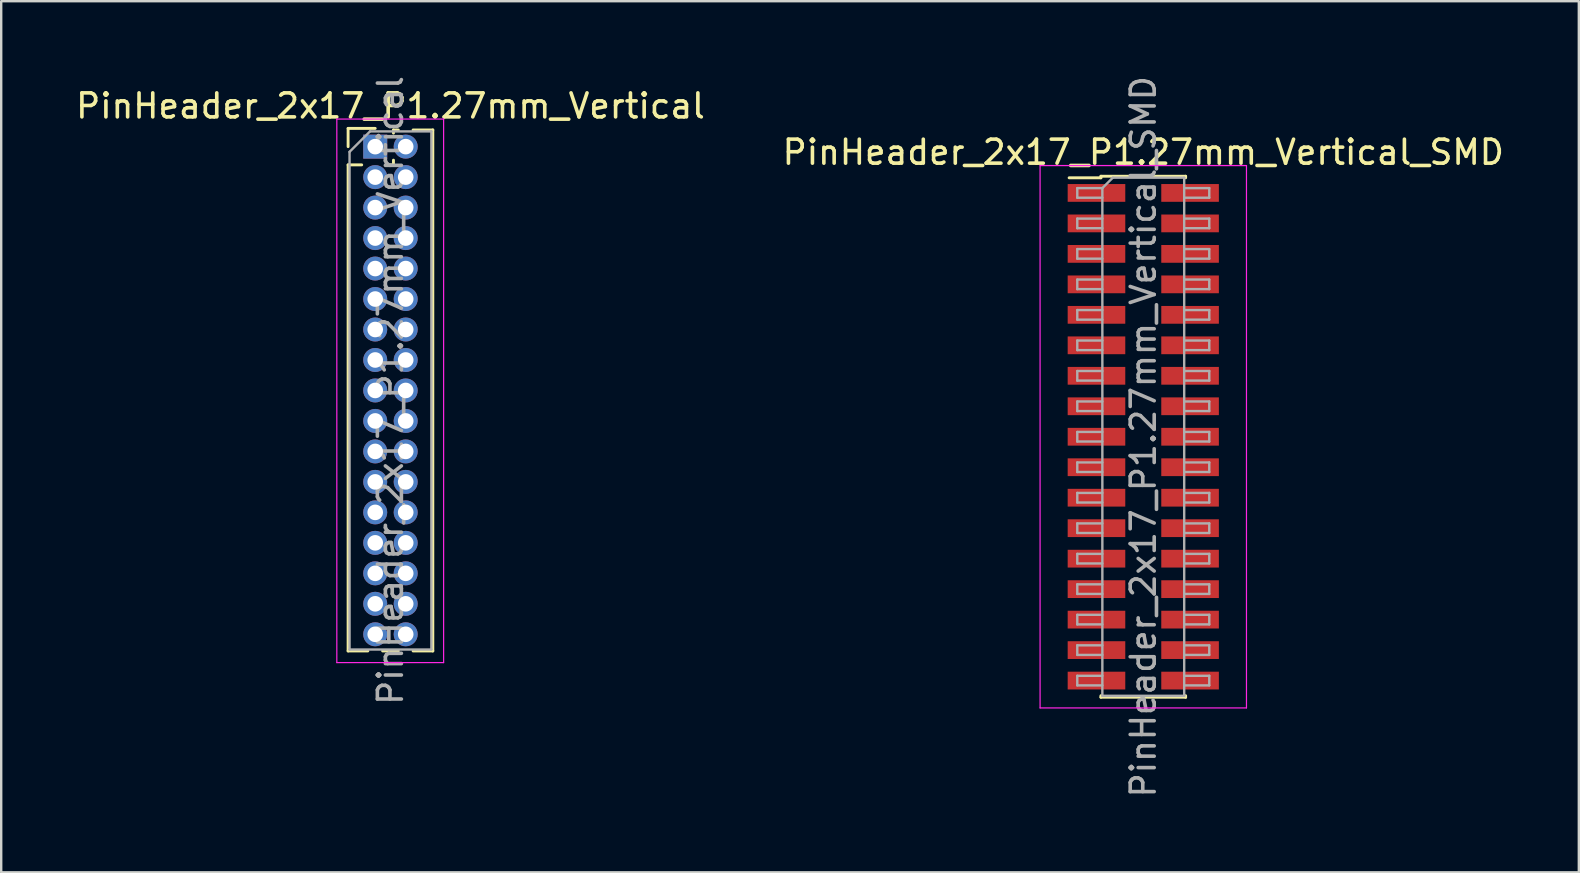
<source format=kicad_pcb>
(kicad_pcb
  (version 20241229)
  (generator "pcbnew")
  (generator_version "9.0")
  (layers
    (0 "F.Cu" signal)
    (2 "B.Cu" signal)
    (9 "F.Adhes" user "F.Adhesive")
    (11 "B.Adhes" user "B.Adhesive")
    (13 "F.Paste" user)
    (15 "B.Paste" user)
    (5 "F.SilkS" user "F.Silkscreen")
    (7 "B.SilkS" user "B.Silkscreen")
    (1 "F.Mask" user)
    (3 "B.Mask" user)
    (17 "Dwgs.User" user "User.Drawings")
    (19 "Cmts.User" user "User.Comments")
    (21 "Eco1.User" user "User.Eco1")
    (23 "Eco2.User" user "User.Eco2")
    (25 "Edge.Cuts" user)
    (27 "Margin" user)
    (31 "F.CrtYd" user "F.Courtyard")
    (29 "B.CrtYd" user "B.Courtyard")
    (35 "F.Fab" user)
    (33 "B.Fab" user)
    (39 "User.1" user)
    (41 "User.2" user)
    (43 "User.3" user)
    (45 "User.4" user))
  (footprint "PinHeader_2x17_P1.27mm_Vertical_SMD"
    (layer "F.Cu")
    (at 44.589 15.149)
    (property "Reference" "PinHeader_2x17_P1.27mm_Vertical_SMD" (at 0 -11.855 0) (layer "F.SilkS") (effects (font (size 1 1) (thickness 0.15))))
    (attr smd)
    (fp_line (start -3.09 -10.79) (end -1.765 -10.79) (stroke (width 0.12) (type solid)) (layer "F.SilkS"))
    (fp_line (start -1.765 -10.855) (end -1.765 -10.79) (stroke (width 0.12) (type solid)) (layer "F.SilkS"))
    (fp_line (start -1.765 -10.855) (end 1.765 -10.855) (stroke (width 0.12) (type solid)) (layer "F.SilkS"))
    (fp_line (start -1.765 10.79) (end -1.765 10.855) (stroke (width 0.12) (type solid)) (layer "F.SilkS"))
    (fp_line (start -1.765 10.855) (end 1.765 10.855) (stroke (width 0.12) (type solid)) (layer "F.SilkS"))
    (fp_line (start 1.765 -10.855) (end 1.765 -10.79) (stroke (width 0.12) (type solid)) (layer "F.SilkS"))
    (fp_line (start 1.765 10.79) (end 1.765 10.855) (stroke (width 0.12) (type solid)) (layer "F.SilkS"))
    (fp_line (start -4.3 -11.3) (end -4.3 11.3) (stroke (width 0.05) (type solid)) (layer "F.CrtYd"))
    (fp_line (start -4.3 11.3) (end 4.3 11.3) (stroke (width 0.05) (type solid)) (layer "F.CrtYd"))
    (fp_line (start 4.3 -11.3) (end -4.3 -11.3) (stroke (width 0.05) (type solid)) (layer "F.CrtYd"))
    (fp_line (start 4.3 11.3) (end 4.3 -11.3) (stroke (width 0.05) (type solid)) (layer "F.CrtYd"))
    (fp_line (start -2.75 -10.36) (end -2.75 -9.96) (stroke (width 0.1) (type solid)) (layer "F.Fab"))
    (fp_line (start -2.75 -9.96) (end -1.705 -9.96) (stroke (width 0.1) (type solid)) (layer "F.Fab"))
    (fp_line (start -2.75 -9.09) (end -2.75 -8.69) (stroke (width 0.1) (type solid)) (layer "F.Fab"))
    (fp_line (start -2.75 -8.69) (end -1.705 -8.69) (stroke (width 0.1) (type solid)) (layer "F.Fab"))
    (fp_line (start -2.75 -7.82) (end -2.75 -7.42) (stroke (width 0.1) (type solid)) (layer "F.Fab"))
    (fp_line (start -2.75 -7.42) (end -1.705 -7.42) (stroke (width 0.1) (type solid)) (layer "F.Fab"))
    (fp_line (start -2.75 -6.55) (end -2.75 -6.15) (stroke (width 0.1) (type solid)) (layer "F.Fab"))
    (fp_line (start -2.75 -6.15) (end -1.705 -6.15) (stroke (width 0.1) (type solid)) (layer "F.Fab"))
    (fp_line (start -2.75 -5.28) (end -2.75 -4.88) (stroke (width 0.1) (type solid)) (layer "F.Fab"))
    (fp_line (start -2.75 -4.88) (end -1.705 -4.88) (stroke (width 0.1) (type solid)) (layer "F.Fab"))
    (fp_line (start -2.75 -4.01) (end -2.75 -3.61) (stroke (width 0.1) (type solid)) (layer "F.Fab"))
    (fp_line (start -2.75 -3.61) (end -1.705 -3.61) (stroke (width 0.1) (type solid)) (layer "F.Fab"))
    (fp_line (start -2.75 -2.74) (end -2.75 -2.34) (stroke (width 0.1) (type solid)) (layer "F.Fab"))
    (fp_line (start -2.75 -2.34) (end -1.705 -2.34) (stroke (width 0.1) (type solid)) (layer "F.Fab"))
    (fp_line (start -2.75 -1.47) (end -2.75 -1.07) (stroke (width 0.1) (type solid)) (layer "F.Fab"))
    (fp_line (start -2.75 -1.07) (end -1.705 -1.07) (stroke (width 0.1) (type solid)) (layer "F.Fab"))
    (fp_line (start -2.75 -0.2) (end -2.75 0.2) (stroke (width 0.1) (type solid)) (layer "F.Fab"))
    (fp_line (start -2.75 0.2) (end -1.705 0.2) (stroke (width 0.1) (type solid)) (layer "F.Fab"))
    (fp_line (start -2.75 1.07) (end -2.75 1.47) (stroke (width 0.1) (type solid)) (layer "F.Fab"))
    (fp_line (start -2.75 1.47) (end -1.705 1.47) (stroke (width 0.1) (type solid)) (layer "F.Fab"))
    (fp_line (start -2.75 2.34) (end -2.75 2.74) (stroke (width 0.1) (type solid)) (layer "F.Fab"))
    (fp_line (start -2.75 2.74) (end -1.705 2.74) (stroke (width 0.1) (type solid)) (layer "F.Fab"))
    (fp_line (start -2.75 3.61) (end -2.75 4.01) (stroke (width 0.1) (type solid)) (layer "F.Fab"))
    (fp_line (start -2.75 4.01) (end -1.705 4.01) (stroke (width 0.1) (type solid)) (layer "F.Fab"))
    (fp_line (start -2.75 4.88) (end -2.75 5.28) (stroke (width 0.1) (type solid)) (layer "F.Fab"))
    (fp_line (start -2.75 5.28) (end -1.705 5.28) (stroke (width 0.1) (type solid)) (layer "F.Fab"))
    (fp_line (start -2.75 6.15) (end -2.75 6.55) (stroke (width 0.1) (type solid)) (layer "F.Fab"))
    (fp_line (start -2.75 6.55) (end -1.705 6.55) (stroke (width 0.1) (type solid)) (layer "F.Fab"))
    (fp_line (start -2.75 7.42) (end -2.75 7.82) (stroke (width 0.1) (type solid)) (layer "F.Fab"))
    (fp_line (start -2.75 7.82) (end -1.705 7.82) (stroke (width 0.1) (type solid)) (layer "F.Fab"))
    (fp_line (start -2.75 8.69) (end -2.75 9.09) (stroke (width 0.1) (type solid)) (layer "F.Fab"))
    (fp_line (start -2.75 9.09) (end -1.705 9.09) (stroke (width 0.1) (type solid)) (layer "F.Fab"))
    (fp_line (start -2.75 9.96) (end -2.75 10.36) (stroke (width 0.1) (type solid)) (layer "F.Fab"))
    (fp_line (start -2.75 10.36) (end -1.705 10.36) (stroke (width 0.1) (type solid)) (layer "F.Fab"))
    (fp_line (start -1.705 -10.36) (end -2.75 -10.36) (stroke (width 0.1) (type solid)) (layer "F.Fab"))
    (fp_line (start -1.705 -10.36) (end -1.27 -10.795) (stroke (width 0.1) (type solid)) (layer "F.Fab"))
    (fp_line (start -1.705 -9.09) (end -2.75 -9.09) (stroke (width 0.1) (type solid)) (layer "F.Fab"))
    (fp_line (start -1.705 -7.82) (end -2.75 -7.82) (stroke (width 0.1) (type solid)) (layer "F.Fab"))
    (fp_line (start -1.705 -6.55) (end -2.75 -6.55) (stroke (width 0.1) (type solid)) (layer "F.Fab"))
    (fp_line (start -1.705 -5.28) (end -2.75 -5.28) (stroke (width 0.1) (type solid)) (layer "F.Fab"))
    (fp_line (start -1.705 -4.01) (end -2.75 -4.01) (stroke (width 0.1) (type solid)) (layer "F.Fab"))
    (fp_line (start -1.705 -2.74) (end -2.75 -2.74) (stroke (width 0.1) (type solid)) (layer "F.Fab"))
    (fp_line (start -1.705 -1.47) (end -2.75 -1.47) (stroke (width 0.1) (type solid)) (layer "F.Fab"))
    (fp_line (start -1.705 -0.2) (end -2.75 -0.2) (stroke (width 0.1) (type solid)) (layer "F.Fab"))
    (fp_line (start -1.705 1.07) (end -2.75 1.07) (stroke (width 0.1) (type solid)) (layer "F.Fab"))
    (fp_line (start -1.705 2.34) (end -2.75 2.34) (stroke (width 0.1) (type solid)) (layer "F.Fab"))
    (fp_line (start -1.705 3.61) (end -2.75 3.61) (stroke (width 0.1) (type solid)) (layer "F.Fab"))
    (fp_line (start -1.705 4.88) (end -2.75 4.88) (stroke (width 0.1) (type solid)) (layer "F.Fab"))
    (fp_line (start -1.705 6.15) (end -2.75 6.15) (stroke (width 0.1) (type solid)) (layer "F.Fab"))
    (fp_line (start -1.705 7.42) (end -2.75 7.42) (stroke (width 0.1) (type solid)) (layer "F.Fab"))
    (fp_line (start -1.705 8.69) (end -2.75 8.69) (stroke (width 0.1) (type solid)) (layer "F.Fab"))
    (fp_line (start -1.705 9.96) (end -2.75 9.96) (stroke (width 0.1) (type solid)) (layer "F.Fab"))
    (fp_line (start -1.705 10.795) (end -1.705 -10.36) (stroke (width 0.1) (type solid)) (layer "F.Fab"))
    (fp_line (start -1.27 -10.795) (end 1.705 -10.795) (stroke (width 0.1) (type solid)) (layer "F.Fab"))
    (fp_line (start 1.705 -10.795) (end 1.705 10.795) (stroke (width 0.1) (type solid)) (layer "F.Fab"))
    (fp_line (start 1.705 -10.36) (end 2.75 -10.36) (stroke (width 0.1) (type solid)) (layer "F.Fab"))
    (fp_line (start 1.705 -9.09) (end 2.75 -9.09) (stroke (width 0.1) (type solid)) (layer "F.Fab"))
    (fp_line (start 1.705 -7.82) (end 2.75 -7.82) (stroke (width 0.1) (type solid)) (layer "F.Fab"))
    (fp_line (start 1.705 -6.55) (end 2.75 -6.55) (stroke (width 0.1) (type solid)) (layer "F.Fab"))
    (fp_line (start 1.705 -5.28) (end 2.75 -5.28) (stroke (width 0.1) (type solid)) (layer "F.Fab"))
    (fp_line (start 1.705 -4.01) (end 2.75 -4.01) (stroke (width 0.1) (type solid)) (layer "F.Fab"))
    (fp_line (start 1.705 -2.74) (end 2.75 -2.74) (stroke (width 0.1) (type solid)) (layer "F.Fab"))
    (fp_line (start 1.705 -1.47) (end 2.75 -1.47) (stroke (width 0.1) (type solid)) (layer "F.Fab"))
    (fp_line (start 1.705 -0.2) (end 2.75 -0.2) (stroke (width 0.1) (type solid)) (layer "F.Fab"))
    (fp_line (start 1.705 1.07) (end 2.75 1.07) (stroke (width 0.1) (type solid)) (layer "F.Fab"))
    (fp_line (start 1.705 2.34) (end 2.75 2.34) (stroke (width 0.1) (type solid)) (layer "F.Fab"))
    (fp_line (start 1.705 3.61) (end 2.75 3.61) (stroke (width 0.1) (type solid)) (layer "F.Fab"))
    (fp_line (start 1.705 4.88) (end 2.75 4.88) (stroke (width 0.1) (type solid)) (layer "F.Fab"))
    (fp_line (start 1.705 6.15) (end 2.75 6.15) (stroke (width 0.1) (type solid)) (layer "F.Fab"))
    (fp_line (start 1.705 7.42) (end 2.75 7.42) (stroke (width 0.1) (type solid)) (layer "F.Fab"))
    (fp_line (start 1.705 8.69) (end 2.75 8.69) (stroke (width 0.1) (type solid)) (layer "F.Fab"))
    (fp_line (start 1.705 9.96) (end 2.75 9.96) (stroke (width 0.1) (type solid)) (layer "F.Fab"))
    (fp_line (start 1.705 10.795) (end -1.705 10.795) (stroke (width 0.1) (type solid)) (layer "F.Fab"))
    (fp_line (start 2.75 -10.36) (end 2.75 -9.96) (stroke (width 0.1) (type solid)) (layer "F.Fab"))
    (fp_line (start 2.75 -9.96) (end 1.705 -9.96) (stroke (width 0.1) (type solid)) (layer "F.Fab"))
    (fp_line (start 2.75 -9.09) (end 2.75 -8.69) (stroke (width 0.1) (type solid)) (layer "F.Fab"))
    (fp_line (start 2.75 -8.69) (end 1.705 -8.69) (stroke (width 0.1) (type solid)) (layer "F.Fab"))
    (fp_line (start 2.75 -7.82) (end 2.75 -7.42) (stroke (width 0.1) (type solid)) (layer "F.Fab"))
    (fp_line (start 2.75 -7.42) (end 1.705 -7.42) (stroke (width 0.1) (type solid)) (layer "F.Fab"))
    (fp_line (start 2.75 -6.55) (end 2.75 -6.15) (stroke (width 0.1) (type solid)) (layer "F.Fab"))
    (fp_line (start 2.75 -6.15) (end 1.705 -6.15) (stroke (width 0.1) (type solid)) (layer "F.Fab"))
    (fp_line (start 2.75 -5.28) (end 2.75 -4.88) (stroke (width 0.1) (type solid)) (layer "F.Fab"))
    (fp_line (start 2.75 -4.88) (end 1.705 -4.88) (stroke (width 0.1) (type solid)) (layer "F.Fab"))
    (fp_line (start 2.75 -4.01) (end 2.75 -3.61) (stroke (width 0.1) (type solid)) (layer "F.Fab"))
    (fp_line (start 2.75 -3.61) (end 1.705 -3.61) (stroke (width 0.1) (type solid)) (layer "F.Fab"))
    (fp_line (start 2.75 -2.74) (end 2.75 -2.34) (stroke (width 0.1) (type solid)) (layer "F.Fab"))
    (fp_line (start 2.75 -2.34) (end 1.705 -2.34) (stroke (width 0.1) (type solid)) (layer "F.Fab"))
    (fp_line (start 2.75 -1.47) (end 2.75 -1.07) (stroke (width 0.1) (type solid)) (layer "F.Fab"))
    (fp_line (start 2.75 -1.07) (end 1.705 -1.07) (stroke (width 0.1) (type solid)) (layer "F.Fab"))
    (fp_line (start 2.75 -0.2) (end 2.75 0.2) (stroke (width 0.1) (type solid)) (layer "F.Fab"))
    (fp_line (start 2.75 0.2) (end 1.705 0.2) (stroke (width 0.1) (type solid)) (layer "F.Fab"))
    (fp_line (start 2.75 1.07) (end 2.75 1.47) (stroke (width 0.1) (type solid)) (layer "F.Fab"))
    (fp_line (start 2.75 1.47) (end 1.705 1.47) (stroke (width 0.1) (type solid)) (layer "F.Fab"))
    (fp_line (start 2.75 2.34) (end 2.75 2.74) (stroke (width 0.1) (type solid)) (layer "F.Fab"))
    (fp_line (start 2.75 2.74) (end 1.705 2.74) (stroke (width 0.1) (type solid)) (layer "F.Fab"))
    (fp_line (start 2.75 3.61) (end 2.75 4.01) (stroke (width 0.1) (type solid)) (layer "F.Fab"))
    (fp_line (start 2.75 4.01) (end 1.705 4.01) (stroke (width 0.1) (type solid)) (layer "F.Fab"))
    (fp_line (start 2.75 4.88) (end 2.75 5.28) (stroke (width 0.1) (type solid)) (layer "F.Fab"))
    (fp_line (start 2.75 5.28) (end 1.705 5.28) (stroke (width 0.1) (type solid)) (layer "F.Fab"))
    (fp_line (start 2.75 6.15) (end 2.75 6.55) (stroke (width 0.1) (type solid)) (layer "F.Fab"))
    (fp_line (start 2.75 6.55) (end 1.705 6.55) (stroke (width 0.1) (type solid)) (layer "F.Fab"))
    (fp_line (start 2.75 7.42) (end 2.75 7.82) (stroke (width 0.1) (type solid)) (layer "F.Fab"))
    (fp_line (start 2.75 7.82) (end 1.705 7.82) (stroke (width 0.1) (type solid)) (layer "F.Fab"))
    (fp_line (start 2.75 8.69) (end 2.75 9.09) (stroke (width 0.1) (type solid)) (layer "F.Fab"))
    (fp_line (start 2.75 9.09) (end 1.705 9.09) (stroke (width 0.1) (type solid)) (layer "F.Fab"))
    (fp_line (start 2.75 9.96) (end 2.75 10.36) (stroke (width 0.1) (type solid)) (layer "F.Fab"))
    (fp_line (start 2.75 10.36) (end 1.705 10.36) (stroke (width 0.1) (type solid)) (layer "F.Fab"))
    (fp_text user "${REFERENCE}" (at 0 0 90) (layer "F.Fab") (effects (font (size 1 1) (thickness 0.15))))
    (pad "1" smd rect (at -1.95 -10.16) (size 2.4 0.74) (layers "F.Cu" "F.Mask" "F.Paste"))
    (pad "2" smd rect (at 1.95 -10.16) (size 2.4 0.74) (layers "F.Cu" "F.Mask" "F.Paste"))
    (pad "3" smd rect (at -1.95 -8.89) (size 2.4 0.74) (layers "F.Cu" "F.Mask" "F.Paste"))
    (pad "4" smd rect (at 1.95 -8.89) (size 2.4 0.74) (layers "F.Cu" "F.Mask" "F.Paste"))
    (pad "5" smd rect (at -1.95 -7.62) (size 2.4 0.74) (layers "F.Cu" "F.Mask" "F.Paste"))
    (pad "6" smd rect (at 1.95 -7.62) (size 2.4 0.74) (layers "F.Cu" "F.Mask" "F.Paste"))
    (pad "7" smd rect (at -1.95 -6.35) (size 2.4 0.74) (layers "F.Cu" "F.Mask" "F.Paste"))
    (pad "8" smd rect (at 1.95 -6.35) (size 2.4 0.74) (layers "F.Cu" "F.Mask" "F.Paste"))
    (pad "9" smd rect (at -1.95 -5.08) (size 2.4 0.74) (layers "F.Cu" "F.Mask" "F.Paste"))
    (pad "10" smd rect (at 1.95 -5.08) (size 2.4 0.74) (layers "F.Cu" "F.Mask" "F.Paste"))
    (pad "11" smd rect (at -1.95 -3.81) (size 2.4 0.74) (layers "F.Cu" "F.Mask" "F.Paste"))
    (pad "12" smd rect (at 1.95 -3.81) (size 2.4 0.74) (layers "F.Cu" "F.Mask" "F.Paste"))
    (pad "13" smd rect (at -1.95 -2.54) (size 2.4 0.74) (layers "F.Cu" "F.Mask" "F.Paste"))
    (pad "14" smd rect (at 1.95 -2.54) (size 2.4 0.74) (layers "F.Cu" "F.Mask" "F.Paste"))
    (pad "15" smd rect (at -1.95 -1.27) (size 2.4 0.74) (layers "F.Cu" "F.Mask" "F.Paste"))
    (pad "16" smd rect (at 1.95 -1.27) (size 2.4 0.74) (layers "F.Cu" "F.Mask" "F.Paste"))
    (pad "17" smd rect (at -1.95 0) (size 2.4 0.74) (layers "F.Cu" "F.Mask" "F.Paste"))
    (pad "18" smd rect (at 1.95 0) (size 2.4 0.74) (layers "F.Cu" "F.Mask" "F.Paste"))
    (pad "19" smd rect (at -1.95 1.27) (size 2.4 0.74) (layers "F.Cu" "F.Mask" "F.Paste"))
    (pad "20" smd rect (at 1.95 1.27) (size 2.4 0.74) (layers "F.Cu" "F.Mask" "F.Paste"))
    (pad "21" smd rect (at -1.95 2.54) (size 2.4 0.74) (layers "F.Cu" "F.Mask" "F.Paste"))
    (pad "22" smd rect (at 1.95 2.54) (size 2.4 0.74) (layers "F.Cu" "F.Mask" "F.Paste"))
    (pad "23" smd rect (at -1.95 3.81) (size 2.4 0.74) (layers "F.Cu" "F.Mask" "F.Paste"))
    (pad "24" smd rect (at 1.95 3.81) (size 2.4 0.74) (layers "F.Cu" "F.Mask" "F.Paste"))
    (pad "25" smd rect (at -1.95 5.08) (size 2.4 0.74) (layers "F.Cu" "F.Mask" "F.Paste"))
    (pad "26" smd rect (at 1.95 5.08) (size 2.4 0.74) (layers "F.Cu" "F.Mask" "F.Paste"))
    (pad "27" smd rect (at -1.95 6.35) (size 2.4 0.74) (layers "F.Cu" "F.Mask" "F.Paste"))
    (pad "28" smd rect (at 1.95 6.35) (size 2.4 0.74) (layers "F.Cu" "F.Mask" "F.Paste"))
    (pad "29" smd rect (at -1.95 7.62) (size 2.4 0.74) (layers "F.Cu" "F.Mask" "F.Paste"))
    (pad "30" smd rect (at 1.95 7.62) (size 2.4 0.74) (layers "F.Cu" "F.Mask" "F.Paste"))
    (pad "31" smd rect (at -1.95 8.89) (size 2.4 0.74) (layers "F.Cu" "F.Mask" "F.Paste"))
    (pad "32" smd rect (at 1.95 8.89) (size 2.4 0.74) (layers "F.Cu" "F.Mask" "F.Paste"))
    (pad "33" smd rect (at -1.95 10.16) (size 2.4 0.74) (layers "F.Cu" "F.Mask" "F.Paste"))
    (pad "34" smd rect (at 1.95 10.16) (size 2.4 0.74) (layers "F.Cu" "F.Mask" "F.Paste")))
  (footprint "PinHeader_2x17_P1.27mm_Vertical"
    (layer "F.Cu")
    (at 12.585 3.06)
    (property "Reference" "PinHeader_2x17_P1.27mm_Vertical" (at 0.635 -1.695 0) (layer "F.SilkS") (effects (font (size 1 1) (thickness 0.15))))
    (attr through_hole)
    (fp_line (start -1.13 -0.76) (end 0 -0.76) (stroke (width 0.12) (type solid)) (layer "F.SilkS"))
    (fp_line (start -1.13 0) (end -1.13 -0.76) (stroke (width 0.12) (type solid)) (layer "F.SilkS"))
    (fp_line (start -1.13 0.76) (end -1.13 21.015) (stroke (width 0.12) (type solid)) (layer "F.SilkS"))
    (fp_line (start -1.13 0.76) (end -0.563 0.76) (stroke (width 0.12) (type solid)) (layer "F.SilkS"))
    (fp_line (start -1.13 21.015) (end -0.308 21.015) (stroke (width 0.12) (type solid)) (layer "F.SilkS"))
    (fp_line (start 0.308 21.015) (end 0.962 21.015) (stroke (width 0.12) (type solid)) (layer "F.SilkS"))
    (fp_line (start 0.563 0.76) (end 0.707 0.76) (stroke (width 0.12) (type solid)) (layer "F.SilkS"))
    (fp_line (start 0.76 -0.695) (end 0.962 -0.695) (stroke (width 0.12) (type solid)) (layer "F.SilkS"))
    (fp_line (start 0.76 -0.563) (end 0.76 -0.695) (stroke (width 0.12) (type solid)) (layer "F.SilkS"))
    (fp_line (start 0.76 0.707) (end 0.76 0.563) (stroke (width 0.12) (type solid)) (layer "F.SilkS"))
    (fp_line (start 1.578 -0.695) (end 2.4 -0.695) (stroke (width 0.12) (type solid)) (layer "F.SilkS"))
    (fp_line (start 1.578 21.015) (end 2.4 21.015) (stroke (width 0.12) (type solid)) (layer "F.SilkS"))
    (fp_line (start 2.4 -0.695) (end 2.4 21.015) (stroke (width 0.12) (type solid)) (layer "F.SilkS"))
    (fp_line (start -1.6 -1.15) (end -1.6 21.5) (stroke (width 0.05) (type solid)) (layer "F.CrtYd"))
    (fp_line (start -1.6 21.5) (end 2.85 21.5) (stroke (width 0.05) (type solid)) (layer "F.CrtYd"))
    (fp_line (start 2.85 -1.15) (end -1.6 -1.15) (stroke (width 0.05) (type solid)) (layer "F.CrtYd"))
    (fp_line (start 2.85 21.5) (end 2.85 -1.15) (stroke (width 0.05) (type solid)) (layer "F.CrtYd"))
    (fp_line (start -1.07 0.217) (end -0.217 -0.635) (stroke (width 0.1) (type solid)) (layer "F.Fab"))
    (fp_line (start -1.07 20.955) (end -1.07 0.217) (stroke (width 0.1) (type solid)) (layer "F.Fab"))
    (fp_line (start -0.217 -0.635) (end 2.34 -0.635) (stroke (width 0.1) (type solid)) (layer "F.Fab"))
    (fp_line (start 2.34 -0.635) (end 2.34 20.955) (stroke (width 0.1) (type solid)) (layer "F.Fab"))
    (fp_line (start 2.34 20.955) (end -1.07 20.955) (stroke (width 0.1) (type solid)) (layer "F.Fab"))
    (fp_text user "${REFERENCE}" (at 0.635 10.16 90) (layer "F.Fab") (effects (font (size 1 1) (thickness 0.15))))
    (pad "1" thru_hole rect (at 0 0) (size 1 1) (drill 0.65) (layers "*.Cu" "*.Mask"))
    (pad "2" thru_hole oval (at 1.27 0) (size 1 1) (drill 0.65) (layers "*.Cu" "*.Mask"))
    (pad "3" thru_hole oval (at 0 1.27) (size 1 1) (drill 0.65) (layers "*.Cu" "*.Mask"))
    (pad "4" thru_hole oval (at 1.27 1.27) (size 1 1) (drill 0.65) (layers "*.Cu" "*.Mask"))
    (pad "5" thru_hole oval (at 0 2.54) (size 1 1) (drill 0.65) (layers "*.Cu" "*.Mask"))
    (pad "6" thru_hole oval (at 1.27 2.54) (size 1 1) (drill 0.65) (layers "*.Cu" "*.Mask"))
    (pad "7" thru_hole oval (at 0 3.81) (size 1 1) (drill 0.65) (layers "*.Cu" "*.Mask"))
    (pad "8" thru_hole oval (at 1.27 3.81) (size 1 1) (drill 0.65) (layers "*.Cu" "*.Mask"))
    (pad "9" thru_hole oval (at 0 5.08) (size 1 1) (drill 0.65) (layers "*.Cu" "*.Mask"))
    (pad "10" thru_hole oval (at 1.27 5.08) (size 1 1) (drill 0.65) (layers "*.Cu" "*.Mask"))
    (pad "11" thru_hole oval (at 0 6.35) (size 1 1) (drill 0.65) (layers "*.Cu" "*.Mask"))
    (pad "12" thru_hole oval (at 1.27 6.35) (size 1 1) (drill 0.65) (layers "*.Cu" "*.Mask"))
    (pad "13" thru_hole oval (at 0 7.62) (size 1 1) (drill 0.65) (layers "*.Cu" "*.Mask"))
    (pad "14" thru_hole oval (at 1.27 7.62) (size 1 1) (drill 0.65) (layers "*.Cu" "*.Mask"))
    (pad "15" thru_hole oval (at 0 8.89) (size 1 1) (drill 0.65) (layers "*.Cu" "*.Mask"))
    (pad "16" thru_hole oval (at 1.27 8.89) (size 1 1) (drill 0.65) (layers "*.Cu" "*.Mask"))
    (pad "17" thru_hole oval (at 0 10.16) (size 1 1) (drill 0.65) (layers "*.Cu" "*.Mask"))
    (pad "18" thru_hole oval (at 1.27 10.16) (size 1 1) (drill 0.65) (layers "*.Cu" "*.Mask"))
    (pad "19" thru_hole oval (at 0 11.43) (size 1 1) (drill 0.65) (layers "*.Cu" "*.Mask"))
    (pad "20" thru_hole oval (at 1.27 11.43) (size 1 1) (drill 0.65) (layers "*.Cu" "*.Mask"))
    (pad "21" thru_hole oval (at 0 12.7) (size 1 1) (drill 0.65) (layers "*.Cu" "*.Mask"))
    (pad "22" thru_hole oval (at 1.27 12.7) (size 1 1) (drill 0.65) (layers "*.Cu" "*.Mask"))
    (pad "23" thru_hole oval (at 0 13.97) (size 1 1) (drill 0.65) (layers "*.Cu" "*.Mask"))
    (pad "24" thru_hole oval (at 1.27 13.97) (size 1 1) (drill 0.65) (layers "*.Cu" "*.Mask"))
    (pad "25" thru_hole oval (at 0 15.24) (size 1 1) (drill 0.65) (layers "*.Cu" "*.Mask"))
    (pad "26" thru_hole oval (at 1.27 15.24) (size 1 1) (drill 0.65) (layers "*.Cu" "*.Mask"))
    (pad "27" thru_hole oval (at 0 16.51) (size 1 1) (drill 0.65) (layers "*.Cu" "*.Mask"))
    (pad "28" thru_hole oval (at 1.27 16.51) (size 1 1) (drill 0.65) (layers "*.Cu" "*.Mask"))
    (pad "29" thru_hole oval (at 0 17.78) (size 1 1) (drill 0.65) (layers "*.Cu" "*.Mask"))
    (pad "30" thru_hole oval (at 1.27 17.78) (size 1 1) (drill 0.65) (layers "*.Cu" "*.Mask"))
    (pad "31" thru_hole oval (at 0 19.05) (size 1 1) (drill 0.65) (layers "*.Cu" "*.Mask"))
    (pad "32" thru_hole oval (at 1.27 19.05) (size 1 1) (drill 0.65) (layers "*.Cu" "*.Mask"))
    (pad "33" thru_hole oval (at 0 20.32) (size 1 1) (drill 0.65) (layers "*.Cu" "*.Mask"))
    (pad "34" thru_hole oval (at 1.27 20.32) (size 1 1) (drill 0.65) (layers "*.Cu" "*.Mask")))
  (gr_rect
    (start -3 -3)
    (end 62.738 33.298)
    (stroke (width 0.1) (type default))
    (fill no)
    (layer "Edge.Cuts")))
</source>
